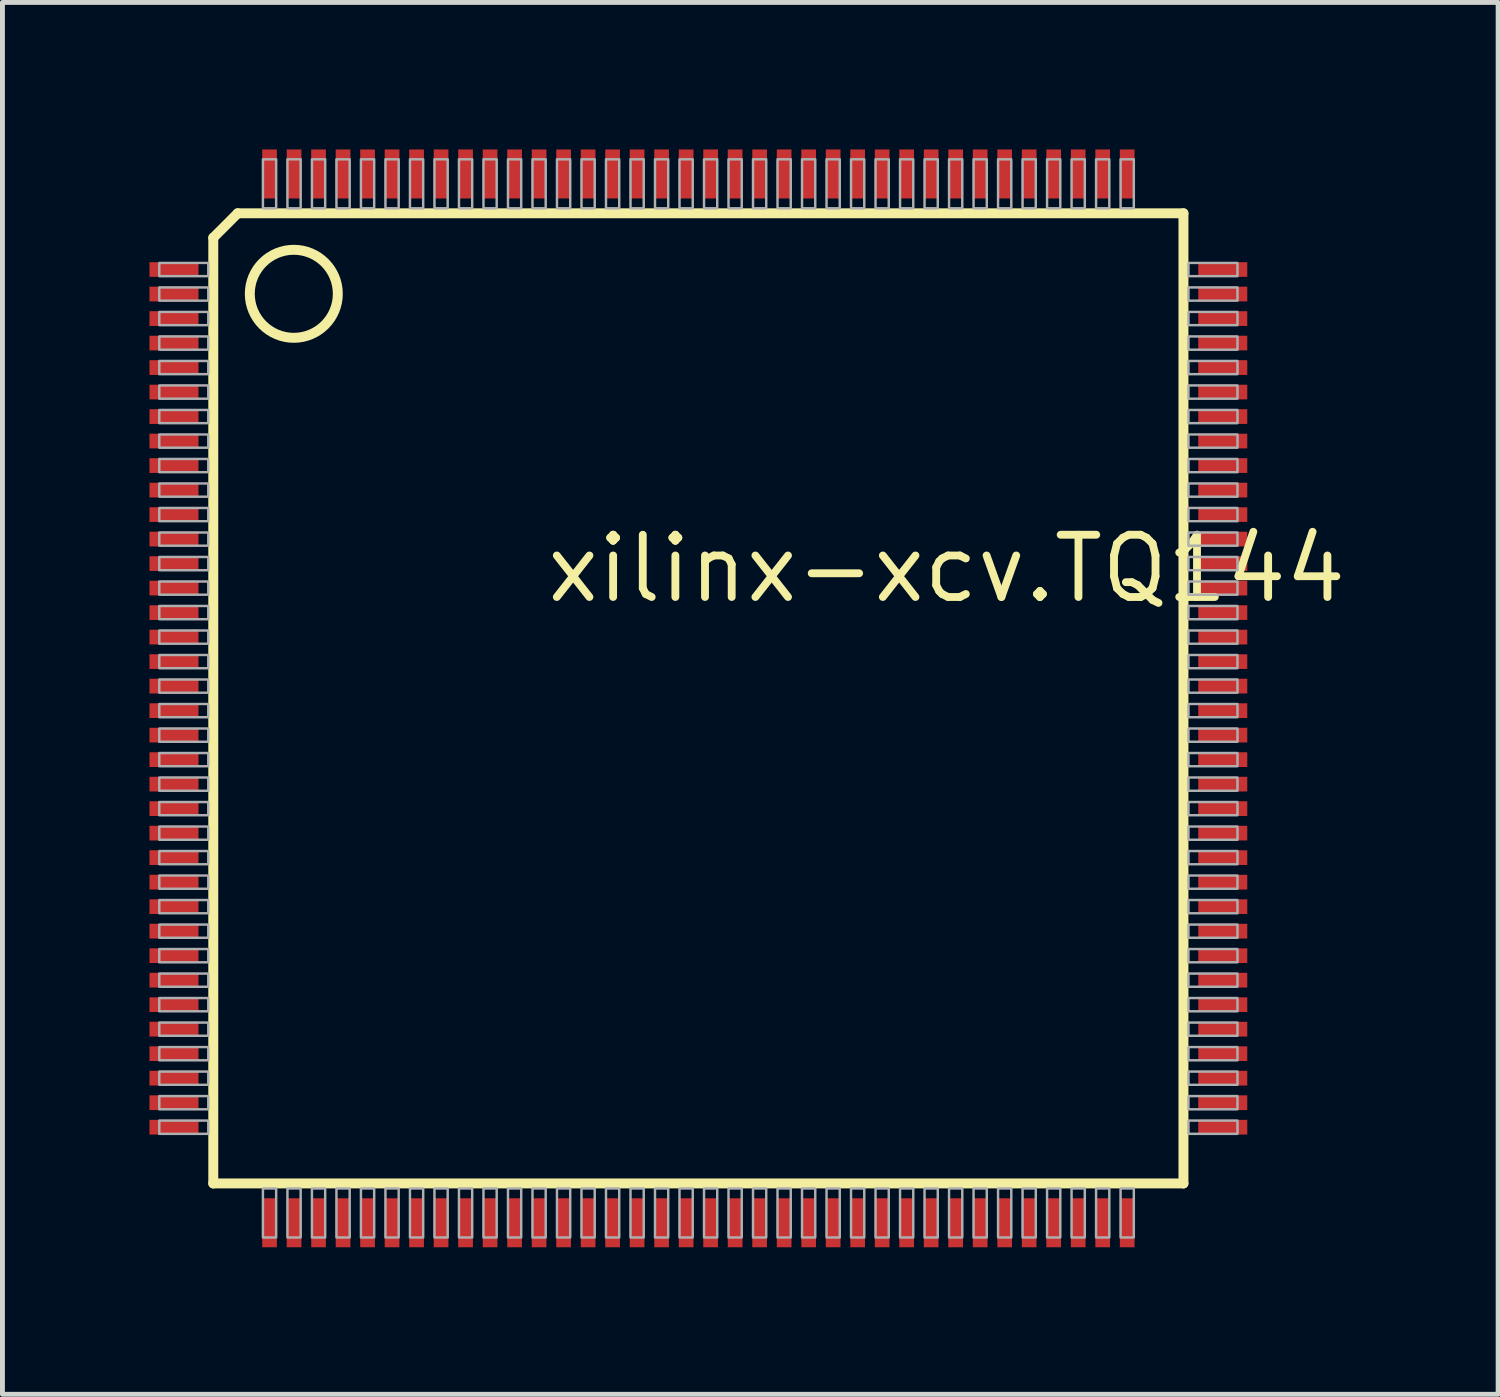
<source format=kicad_pcb>
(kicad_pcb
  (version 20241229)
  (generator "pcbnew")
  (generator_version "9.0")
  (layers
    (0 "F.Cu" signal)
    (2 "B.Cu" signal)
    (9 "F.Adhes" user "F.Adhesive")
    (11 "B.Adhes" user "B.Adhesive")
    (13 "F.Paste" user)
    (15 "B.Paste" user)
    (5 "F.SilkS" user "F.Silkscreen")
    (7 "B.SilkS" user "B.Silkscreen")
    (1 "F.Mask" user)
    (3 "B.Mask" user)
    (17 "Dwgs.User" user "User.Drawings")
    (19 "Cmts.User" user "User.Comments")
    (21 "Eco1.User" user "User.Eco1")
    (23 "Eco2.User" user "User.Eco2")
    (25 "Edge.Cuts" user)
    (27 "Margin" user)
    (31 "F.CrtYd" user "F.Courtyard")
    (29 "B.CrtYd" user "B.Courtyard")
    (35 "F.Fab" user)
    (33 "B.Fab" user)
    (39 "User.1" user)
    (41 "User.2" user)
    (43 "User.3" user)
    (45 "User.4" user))
  (footprint "xilinx-xcv.TQ144"
    (layer "F.Cu")
    (at 11.2 11.2)
    (property "Reference" "xilinx-xcv.TQ144" (at -3.175 -1.905 0) (layer "F.SilkS") (effects (font (size 1.27 1.27) (thickness 0.16)) (justify left bottom)))
    (attr smd)
    (fp_line (start -9.898 -9.4) (end -9.898 9.898) (stroke (width 0.203) (type default)) (layer "F.SilkS"))
    (fp_line (start -9.898 -9.4) (end -9.4 -9.898) (stroke (width 0.203) (type default)) (layer "F.SilkS"))
    (fp_line (start -9.898 9.898) (end 9.898 9.898) (stroke (width 0.203) (type default)) (layer "F.SilkS"))
    (fp_line (start 9.898 -9.898) (end -9.4 -9.898) (stroke (width 0.203) (type default)) (layer "F.SilkS"))
    (fp_line (start 9.898 9.898) (end 9.898 -9.898) (stroke (width 0.203) (type default)) (layer "F.SilkS"))
    (fp_circle (center -8.255 -8.255) (end -7.357 -8.255) (stroke (width 0.203) (type default)) (fill no) (layer "F.SilkS"))
    (fp_rect (start -11 -8.615) (end -10 -8.885) (stroke (width 0.05) (type default)) (fill no) (layer "F.Fab"))
    (fp_rect (start -11 -8.115) (end -10 -8.385) (stroke (width 0.05) (type default)) (fill no) (layer "F.Fab"))
    (fp_rect (start -11 -7.615) (end -10 -7.885) (stroke (width 0.05) (type default)) (fill no) (layer "F.Fab"))
    (fp_rect (start -11 -7.115) (end -10 -7.385) (stroke (width 0.05) (type default)) (fill no) (layer "F.Fab"))
    (fp_rect (start -11 -6.615) (end -10 -6.885) (stroke (width 0.05) (type default)) (fill no) (layer "F.Fab"))
    (fp_rect (start -11 -6.115) (end -10 -6.385) (stroke (width 0.05) (type default)) (fill no) (layer "F.Fab"))
    (fp_rect (start -11 -5.615) (end -10 -5.885) (stroke (width 0.05) (type default)) (fill no) (layer "F.Fab"))
    (fp_rect (start -11 -5.115) (end -10 -5.385) (stroke (width 0.05) (type default)) (fill no) (layer "F.Fab"))
    (fp_rect (start -11 -4.615) (end -10 -4.885) (stroke (width 0.05) (type default)) (fill no) (layer "F.Fab"))
    (fp_rect (start -11 -4.115) (end -10 -4.385) (stroke (width 0.05) (type default)) (fill no) (layer "F.Fab"))
    (fp_rect (start -11 -3.615) (end -10 -3.885) (stroke (width 0.05) (type default)) (fill no) (layer "F.Fab"))
    (fp_rect (start -11 -3.115) (end -10 -3.385) (stroke (width 0.05) (type default)) (fill no) (layer "F.Fab"))
    (fp_rect (start -11 -2.615) (end -10 -2.885) (stroke (width 0.05) (type default)) (fill no) (layer "F.Fab"))
    (fp_rect (start -11 -2.115) (end -10 -2.385) (stroke (width 0.05) (type default)) (fill no) (layer "F.Fab"))
    (fp_rect (start -11 -1.615) (end -10 -1.885) (stroke (width 0.05) (type default)) (fill no) (layer "F.Fab"))
    (fp_rect (start -11 -1.115) (end -10 -1.385) (stroke (width 0.05) (type default)) (fill no) (layer "F.Fab"))
    (fp_rect (start -11 -0.615) (end -10 -0.885) (stroke (width 0.05) (type default)) (fill no) (layer "F.Fab"))
    (fp_rect (start -11 -0.115) (end -10 -0.385) (stroke (width 0.05) (type default)) (fill no) (layer "F.Fab"))
    (fp_rect (start -11 0.385) (end -10 0.115) (stroke (width 0.05) (type default)) (fill no) (layer "F.Fab"))
    (fp_rect (start -11 0.885) (end -10 0.615) (stroke (width 0.05) (type default)) (fill no) (layer "F.Fab"))
    (fp_rect (start -11 1.385) (end -10 1.115) (stroke (width 0.05) (type default)) (fill no) (layer "F.Fab"))
    (fp_rect (start -11 1.885) (end -10 1.615) (stroke (width 0.05) (type default)) (fill no) (layer "F.Fab"))
    (fp_rect (start -11 2.385) (end -10 2.115) (stroke (width 0.05) (type default)) (fill no) (layer "F.Fab"))
    (fp_rect (start -11 2.885) (end -10 2.615) (stroke (width 0.05) (type default)) (fill no) (layer "F.Fab"))
    (fp_rect (start -11 3.385) (end -10 3.115) (stroke (width 0.05) (type default)) (fill no) (layer "F.Fab"))
    (fp_rect (start -11 3.885) (end -10 3.615) (stroke (width 0.05) (type default)) (fill no) (layer "F.Fab"))
    (fp_rect (start -11 4.385) (end -10 4.115) (stroke (width 0.05) (type default)) (fill no) (layer "F.Fab"))
    (fp_rect (start -11 4.885) (end -10 4.615) (stroke (width 0.05) (type default)) (fill no) (layer "F.Fab"))
    (fp_rect (start -11 5.385) (end -10 5.115) (stroke (width 0.05) (type default)) (fill no) (layer "F.Fab"))
    (fp_rect (start -11 5.885) (end -10 5.615) (stroke (width 0.05) (type default)) (fill no) (layer "F.Fab"))
    (fp_rect (start -11 6.385) (end -10 6.115) (stroke (width 0.05) (type default)) (fill no) (layer "F.Fab"))
    (fp_rect (start -11 6.885) (end -10 6.615) (stroke (width 0.05) (type default)) (fill no) (layer "F.Fab"))
    (fp_rect (start -11 7.385) (end -10 7.115) (stroke (width 0.05) (type default)) (fill no) (layer "F.Fab"))
    (fp_rect (start -11 7.885) (end -10 7.615) (stroke (width 0.05) (type default)) (fill no) (layer "F.Fab"))
    (fp_rect (start -11 8.385) (end -10 8.115) (stroke (width 0.05) (type default)) (fill no) (layer "F.Fab"))
    (fp_rect (start -11 8.885) (end -10 8.615) (stroke (width 0.05) (type default)) (fill no) (layer "F.Fab"))
    (fp_rect (start -8.885 -10) (end -8.615 -11) (stroke (width 0.05) (type default)) (fill no) (layer "F.Fab"))
    (fp_rect (start -8.885 11) (end -8.615 10) (stroke (width 0.05) (type default)) (fill no) (layer "F.Fab"))
    (fp_rect (start -8.385 -10) (end -8.115 -11) (stroke (width 0.05) (type default)) (fill no) (layer "F.Fab"))
    (fp_rect (start -8.385 11) (end -8.115 10) (stroke (width 0.05) (type default)) (fill no) (layer "F.Fab"))
    (fp_rect (start -7.885 -10) (end -7.615 -11) (stroke (width 0.05) (type default)) (fill no) (layer "F.Fab"))
    (fp_rect (start -7.885 11) (end -7.615 10) (stroke (width 0.05) (type default)) (fill no) (layer "F.Fab"))
    (fp_rect (start -7.385 -10) (end -7.115 -11) (stroke (width 0.05) (type default)) (fill no) (layer "F.Fab"))
    (fp_rect (start -7.385 11) (end -7.115 10) (stroke (width 0.05) (type default)) (fill no) (layer "F.Fab"))
    (fp_rect (start -6.885 -10) (end -6.615 -11) (stroke (width 0.05) (type default)) (fill no) (layer "F.Fab"))
    (fp_rect (start -6.885 11) (end -6.615 10) (stroke (width 0.05) (type default)) (fill no) (layer "F.Fab"))
    (fp_rect (start -6.385 -10) (end -6.115 -11) (stroke (width 0.05) (type default)) (fill no) (layer "F.Fab"))
    (fp_rect (start -6.385 11) (end -6.115 10) (stroke (width 0.05) (type default)) (fill no) (layer "F.Fab"))
    (fp_rect (start -5.885 -10) (end -5.615 -11) (stroke (width 0.05) (type default)) (fill no) (layer "F.Fab"))
    (fp_rect (start -5.885 11) (end -5.615 10) (stroke (width 0.05) (type default)) (fill no) (layer "F.Fab"))
    (fp_rect (start -5.385 -10) (end -5.115 -11) (stroke (width 0.05) (type default)) (fill no) (layer "F.Fab"))
    (fp_rect (start -5.385 11) (end -5.115 10) (stroke (width 0.05) (type default)) (fill no) (layer "F.Fab"))
    (fp_rect (start -4.885 -10) (end -4.615 -11) (stroke (width 0.05) (type default)) (fill no) (layer "F.Fab"))
    (fp_rect (start -4.885 11) (end -4.615 10) (stroke (width 0.05) (type default)) (fill no) (layer "F.Fab"))
    (fp_rect (start -4.385 -10) (end -4.115 -11) (stroke (width 0.05) (type default)) (fill no) (layer "F.Fab"))
    (fp_rect (start -4.385 11) (end -4.115 10) (stroke (width 0.05) (type default)) (fill no) (layer "F.Fab"))
    (fp_rect (start -3.885 -10) (end -3.615 -11) (stroke (width 0.05) (type default)) (fill no) (layer "F.Fab"))
    (fp_rect (start -3.885 11) (end -3.615 10) (stroke (width 0.05) (type default)) (fill no) (layer "F.Fab"))
    (fp_rect (start -3.385 -10) (end -3.115 -11) (stroke (width 0.05) (type default)) (fill no) (layer "F.Fab"))
    (fp_rect (start -3.385 11) (end -3.115 10) (stroke (width 0.05) (type default)) (fill no) (layer "F.Fab"))
    (fp_rect (start -2.885 -10) (end -2.615 -11) (stroke (width 0.05) (type default)) (fill no) (layer "F.Fab"))
    (fp_rect (start -2.885 11) (end -2.615 10) (stroke (width 0.05) (type default)) (fill no) (layer "F.Fab"))
    (fp_rect (start -2.385 -10) (end -2.115 -11) (stroke (width 0.05) (type default)) (fill no) (layer "F.Fab"))
    (fp_rect (start -2.385 11) (end -2.115 10) (stroke (width 0.05) (type default)) (fill no) (layer "F.Fab"))
    (fp_rect (start -1.885 -10) (end -1.615 -11) (stroke (width 0.05) (type default)) (fill no) (layer "F.Fab"))
    (fp_rect (start -1.885 11) (end -1.615 10) (stroke (width 0.05) (type default)) (fill no) (layer "F.Fab"))
    (fp_rect (start -1.385 -10) (end -1.115 -11) (stroke (width 0.05) (type default)) (fill no) (layer "F.Fab"))
    (fp_rect (start -1.385 11) (end -1.115 10) (stroke (width 0.05) (type default)) (fill no) (layer "F.Fab"))
    (fp_rect (start -0.885 -10) (end -0.615 -11) (stroke (width 0.05) (type default)) (fill no) (layer "F.Fab"))
    (fp_rect (start -0.885 11) (end -0.615 10) (stroke (width 0.05) (type default)) (fill no) (layer "F.Fab"))
    (fp_rect (start -0.385 -10) (end -0.115 -11) (stroke (width 0.05) (type default)) (fill no) (layer "F.Fab"))
    (fp_rect (start -0.385 11) (end -0.115 10) (stroke (width 0.05) (type default)) (fill no) (layer "F.Fab"))
    (fp_rect (start 0.115 -10) (end 0.385 -11) (stroke (width 0.05) (type default)) (fill no) (layer "F.Fab"))
    (fp_rect (start 0.115 11) (end 0.385 10) (stroke (width 0.05) (type default)) (fill no) (layer "F.Fab"))
    (fp_rect (start 0.615 -10) (end 0.885 -11) (stroke (width 0.05) (type default)) (fill no) (layer "F.Fab"))
    (fp_rect (start 0.615 11) (end 0.885 10) (stroke (width 0.05) (type default)) (fill no) (layer "F.Fab"))
    (fp_rect (start 1.115 -10) (end 1.385 -11) (stroke (width 0.05) (type default)) (fill no) (layer "F.Fab"))
    (fp_rect (start 1.115 11) (end 1.385 10) (stroke (width 0.05) (type default)) (fill no) (layer "F.Fab"))
    (fp_rect (start 1.615 -10) (end 1.885 -11) (stroke (width 0.05) (type default)) (fill no) (layer "F.Fab"))
    (fp_rect (start 1.615 11) (end 1.885 10) (stroke (width 0.05) (type default)) (fill no) (layer "F.Fab"))
    (fp_rect (start 2.115 -10) (end 2.385 -11) (stroke (width 0.05) (type default)) (fill no) (layer "F.Fab"))
    (fp_rect (start 2.115 11) (end 2.385 10) (stroke (width 0.05) (type default)) (fill no) (layer "F.Fab"))
    (fp_rect (start 2.615 -10) (end 2.885 -11) (stroke (width 0.05) (type default)) (fill no) (layer "F.Fab"))
    (fp_rect (start 2.615 11) (end 2.885 10) (stroke (width 0.05) (type default)) (fill no) (layer "F.Fab"))
    (fp_rect (start 3.115 -10) (end 3.385 -11) (stroke (width 0.05) (type default)) (fill no) (layer "F.Fab"))
    (fp_rect (start 3.115 11) (end 3.385 10) (stroke (width 0.05) (type default)) (fill no) (layer "F.Fab"))
    (fp_rect (start 3.615 -10) (end 3.885 -11) (stroke (width 0.05) (type default)) (fill no) (layer "F.Fab"))
    (fp_rect (start 3.615 11) (end 3.885 10) (stroke (width 0.05) (type default)) (fill no) (layer "F.Fab"))
    (fp_rect (start 4.115 -10) (end 4.385 -11) (stroke (width 0.05) (type default)) (fill no) (layer "F.Fab"))
    (fp_rect (start 4.115 11) (end 4.385 10) (stroke (width 0.05) (type default)) (fill no) (layer "F.Fab"))
    (fp_rect (start 4.615 -10) (end 4.885 -11) (stroke (width 0.05) (type default)) (fill no) (layer "F.Fab"))
    (fp_rect (start 4.615 11) (end 4.885 10) (stroke (width 0.05) (type default)) (fill no) (layer "F.Fab"))
    (fp_rect (start 5.115 -10) (end 5.385 -11) (stroke (width 0.05) (type default)) (fill no) (layer "F.Fab"))
    (fp_rect (start 5.115 11) (end 5.385 10) (stroke (width 0.05) (type default)) (fill no) (layer "F.Fab"))
    (fp_rect (start 5.615 -10) (end 5.885 -11) (stroke (width 0.05) (type default)) (fill no) (layer "F.Fab"))
    (fp_rect (start 5.615 11) (end 5.885 10) (stroke (width 0.05) (type default)) (fill no) (layer "F.Fab"))
    (fp_rect (start 6.115 -10) (end 6.385 -11) (stroke (width 0.05) (type default)) (fill no) (layer "F.Fab"))
    (fp_rect (start 6.115 11) (end 6.385 10) (stroke (width 0.05) (type default)) (fill no) (layer "F.Fab"))
    (fp_rect (start 6.615 -10) (end 6.885 -11) (stroke (width 0.05) (type default)) (fill no) (layer "F.Fab"))
    (fp_rect (start 6.615 11) (end 6.885 10) (stroke (width 0.05) (type default)) (fill no) (layer "F.Fab"))
    (fp_rect (start 7.115 -10) (end 7.385 -11) (stroke (width 0.05) (type default)) (fill no) (layer "F.Fab"))
    (fp_rect (start 7.115 11) (end 7.385 10) (stroke (width 0.05) (type default)) (fill no) (layer "F.Fab"))
    (fp_rect (start 7.615 -10) (end 7.885 -11) (stroke (width 0.05) (type default)) (fill no) (layer "F.Fab"))
    (fp_rect (start 7.615 11) (end 7.885 10) (stroke (width 0.05) (type default)) (fill no) (layer "F.Fab"))
    (fp_rect (start 8.115 -10) (end 8.385 -11) (stroke (width 0.05) (type default)) (fill no) (layer "F.Fab"))
    (fp_rect (start 8.115 11) (end 8.385 10) (stroke (width 0.05) (type default)) (fill no) (layer "F.Fab"))
    (fp_rect (start 8.615 -10) (end 8.885 -11) (stroke (width 0.05) (type default)) (fill no) (layer "F.Fab"))
    (fp_rect (start 8.615 11) (end 8.885 10) (stroke (width 0.05) (type default)) (fill no) (layer "F.Fab"))
    (fp_rect (start 10 -8.615) (end 11 -8.885) (stroke (width 0.05) (type default)) (fill no) (layer "F.Fab"))
    (fp_rect (start 10 -8.115) (end 11 -8.385) (stroke (width 0.05) (type default)) (fill no) (layer "F.Fab"))
    (fp_rect (start 10 -7.615) (end 11 -7.885) (stroke (width 0.05) (type default)) (fill no) (layer "F.Fab"))
    (fp_rect (start 10 -7.115) (end 11 -7.385) (stroke (width 0.05) (type default)) (fill no) (layer "F.Fab"))
    (fp_rect (start 10 -6.615) (end 11 -6.885) (stroke (width 0.05) (type default)) (fill no) (layer "F.Fab"))
    (fp_rect (start 10 -6.115) (end 11 -6.385) (stroke (width 0.05) (type default)) (fill no) (layer "F.Fab"))
    (fp_rect (start 10 -5.615) (end 11 -5.885) (stroke (width 0.05) (type default)) (fill no) (layer "F.Fab"))
    (fp_rect (start 10 -5.115) (end 11 -5.385) (stroke (width 0.05) (type default)) (fill no) (layer "F.Fab"))
    (fp_rect (start 10 -4.615) (end 11 -4.885) (stroke (width 0.05) (type default)) (fill no) (layer "F.Fab"))
    (fp_rect (start 10 -4.115) (end 11 -4.385) (stroke (width 0.05) (type default)) (fill no) (layer "F.Fab"))
    (fp_rect (start 10 -3.615) (end 11 -3.885) (stroke (width 0.05) (type default)) (fill no) (layer "F.Fab"))
    (fp_rect (start 10 -3.115) (end 11 -3.385) (stroke (width 0.05) (type default)) (fill no) (layer "F.Fab"))
    (fp_rect (start 10 -2.615) (end 11 -2.885) (stroke (width 0.05) (type default)) (fill no) (layer "F.Fab"))
    (fp_rect (start 10 -2.115) (end 11 -2.385) (stroke (width 0.05) (type default)) (fill no) (layer "F.Fab"))
    (fp_rect (start 10 -1.615) (end 11 -1.885) (stroke (width 0.05) (type default)) (fill no) (layer "F.Fab"))
    (fp_rect (start 10 -1.115) (end 11 -1.385) (stroke (width 0.05) (type default)) (fill no) (layer "F.Fab"))
    (fp_rect (start 10 -0.615) (end 11 -0.885) (stroke (width 0.05) (type default)) (fill no) (layer "F.Fab"))
    (fp_rect (start 10 -0.115) (end 11 -0.385) (stroke (width 0.05) (type default)) (fill no) (layer "F.Fab"))
    (fp_rect (start 10 0.385) (end 11 0.115) (stroke (width 0.05) (type default)) (fill no) (layer "F.Fab"))
    (fp_rect (start 10 0.885) (end 11 0.615) (stroke (width 0.05) (type default)) (fill no) (layer "F.Fab"))
    (fp_rect (start 10 1.385) (end 11 1.115) (stroke (width 0.05) (type default)) (fill no) (layer "F.Fab"))
    (fp_rect (start 10 1.885) (end 11 1.615) (stroke (width 0.05) (type default)) (fill no) (layer "F.Fab"))
    (fp_rect (start 10 2.385) (end 11 2.115) (stroke (width 0.05) (type default)) (fill no) (layer "F.Fab"))
    (fp_rect (start 10 2.885) (end 11 2.615) (stroke (width 0.05) (type default)) (fill no) (layer "F.Fab"))
    (fp_rect (start 10 3.385) (end 11 3.115) (stroke (width 0.05) (type default)) (fill no) (layer "F.Fab"))
    (fp_rect (start 10 3.885) (end 11 3.615) (stroke (width 0.05) (type default)) (fill no) (layer "F.Fab"))
    (fp_rect (start 10 4.385) (end 11 4.115) (stroke (width 0.05) (type default)) (fill no) (layer "F.Fab"))
    (fp_rect (start 10 4.885) (end 11 4.615) (stroke (width 0.05) (type default)) (fill no) (layer "F.Fab"))
    (fp_rect (start 10 5.385) (end 11 5.115) (stroke (width 0.05) (type default)) (fill no) (layer "F.Fab"))
    (fp_rect (start 10 5.885) (end 11 5.615) (stroke (width 0.05) (type default)) (fill no) (layer "F.Fab"))
    (fp_rect (start 10 6.385) (end 11 6.115) (stroke (width 0.05) (type default)) (fill no) (layer "F.Fab"))
    (fp_rect (start 10 6.885) (end 11 6.615) (stroke (width 0.05) (type default)) (fill no) (layer "F.Fab"))
    (fp_rect (start 10 7.385) (end 11 7.115) (stroke (width 0.05) (type default)) (fill no) (layer "F.Fab"))
    (fp_rect (start 10 7.885) (end 11 7.615) (stroke (width 0.05) (type default)) (fill no) (layer "F.Fab"))
    (fp_rect (start 10 8.385) (end 11 8.115) (stroke (width 0.05) (type default)) (fill no) (layer "F.Fab"))
    (fp_rect (start 10 8.885) (end 11 8.615) (stroke (width 0.05) (type default)) (fill no) (layer "F.Fab"))
    (pad "1" smd roundrect (at -10.7 -8.75) (size 1 0.3) (layers "F.Cu" "F.Mask" "F.Paste") (roundrect_rratio 0.01))
    (pad "2" smd roundrect (at -10.7 -8.25) (size 1 0.3) (layers "F.Cu" "F.Mask" "F.Paste") (roundrect_rratio 0.01))
    (pad "3" smd roundrect (at -10.7 -7.75) (size 1 0.3) (layers "F.Cu" "F.Mask" "F.Paste") (roundrect_rratio 0.01))
    (pad "4" smd roundrect (at -10.7 -7.25) (size 1 0.3) (layers "F.Cu" "F.Mask" "F.Paste") (roundrect_rratio 0.01))
    (pad "5" smd roundrect (at -10.7 -6.75) (size 1 0.3) (layers "F.Cu" "F.Mask" "F.Paste") (roundrect_rratio 0.01))
    (pad "6" smd roundrect (at -10.7 -6.25) (size 1 0.3) (layers "F.Cu" "F.Mask" "F.Paste") (roundrect_rratio 0.01))
    (pad "7" smd roundrect (at -10.7 -5.75) (size 1 0.3) (layers "F.Cu" "F.Mask" "F.Paste") (roundrect_rratio 0.01))
    (pad "8" smd roundrect (at -10.7 -5.25) (size 1 0.3) (layers "F.Cu" "F.Mask" "F.Paste") (roundrect_rratio 0.01))
    (pad "9" smd roundrect (at -10.7 -4.75) (size 1 0.3) (layers "F.Cu" "F.Mask" "F.Paste") (roundrect_rratio 0.01))
    (pad "10" smd roundrect (at -10.7 -4.25) (size 1 0.3) (layers "F.Cu" "F.Mask" "F.Paste") (roundrect_rratio 0.01))
    (pad "11" smd roundrect (at -10.7 -3.75) (size 1 0.3) (layers "F.Cu" "F.Mask" "F.Paste") (roundrect_rratio 0.01))
    (pad "12" smd roundrect (at -10.7 -3.25) (size 1 0.3) (layers "F.Cu" "F.Mask" "F.Paste") (roundrect_rratio 0.01))
    (pad "13" smd roundrect (at -10.7 -2.75) (size 1 0.3) (layers "F.Cu" "F.Mask" "F.Paste") (roundrect_rratio 0.01))
    (pad "14" smd roundrect (at -10.7 -2.25) (size 1 0.3) (layers "F.Cu" "F.Mask" "F.Paste") (roundrect_rratio 0.01))
    (pad "15" smd roundrect (at -10.7 -1.75) (size 1 0.3) (layers "F.Cu" "F.Mask" "F.Paste") (roundrect_rratio 0.01))
    (pad "16" smd roundrect (at -10.7 -1.25) (size 1 0.3) (layers "F.Cu" "F.Mask" "F.Paste") (roundrect_rratio 0.01))
    (pad "17" smd roundrect (at -10.7 -0.75) (size 1 0.3) (layers "F.Cu" "F.Mask" "F.Paste") (roundrect_rratio 0.01))
    (pad "18" smd roundrect (at -10.7 -0.25) (size 1 0.3) (layers "F.Cu" "F.Mask" "F.Paste") (roundrect_rratio 0.01))
    (pad "19" smd roundrect (at -10.7 0.25) (size 1 0.3) (layers "F.Cu" "F.Mask" "F.Paste") (roundrect_rratio 0.01))
    (pad "20" smd roundrect (at -10.7 0.75) (size 1 0.3) (layers "F.Cu" "F.Mask" "F.Paste") (roundrect_rratio 0.01))
    (pad "21" smd roundrect (at -10.7 1.25) (size 1 0.3) (layers "F.Cu" "F.Mask" "F.Paste") (roundrect_rratio 0.01))
    (pad "22" smd roundrect (at -10.7 1.75) (size 1 0.3) (layers "F.Cu" "F.Mask" "F.Paste") (roundrect_rratio 0.01))
    (pad "23" smd roundrect (at -10.7 2.25) (size 1 0.3) (layers "F.Cu" "F.Mask" "F.Paste") (roundrect_rratio 0.01))
    (pad "24" smd roundrect (at -10.7 2.75) (size 1 0.3) (layers "F.Cu" "F.Mask" "F.Paste") (roundrect_rratio 0.01))
    (pad "25" smd roundrect (at -10.7 3.25) (size 1 0.3) (layers "F.Cu" "F.Mask" "F.Paste") (roundrect_rratio 0.01))
    (pad "26" smd roundrect (at -10.7 3.75) (size 1 0.3) (layers "F.Cu" "F.Mask" "F.Paste") (roundrect_rratio 0.01))
    (pad "27" smd roundrect (at -10.7 4.25) (size 1 0.3) (layers "F.Cu" "F.Mask" "F.Paste") (roundrect_rratio 0.01))
    (pad "28" smd roundrect (at -10.7 4.75) (size 1 0.3) (layers "F.Cu" "F.Mask" "F.Paste") (roundrect_rratio 0.01))
    (pad "29" smd roundrect (at -10.7 5.25) (size 1 0.3) (layers "F.Cu" "F.Mask" "F.Paste") (roundrect_rratio 0.01))
    (pad "30" smd roundrect (at -10.7 5.75) (size 1 0.3) (layers "F.Cu" "F.Mask" "F.Paste") (roundrect_rratio 0.01))
    (pad "31" smd roundrect (at -10.7 6.25) (size 1 0.3) (layers "F.Cu" "F.Mask" "F.Paste") (roundrect_rratio 0.01))
    (pad "32" smd roundrect (at -10.7 6.75) (size 1 0.3) (layers "F.Cu" "F.Mask" "F.Paste") (roundrect_rratio 0.01))
    (pad "33" smd roundrect (at -10.7 7.25) (size 1 0.3) (layers "F.Cu" "F.Mask" "F.Paste") (roundrect_rratio 0.01))
    (pad "34" smd roundrect (at -10.7 7.75) (size 1 0.3) (layers "F.Cu" "F.Mask" "F.Paste") (roundrect_rratio 0.01))
    (pad "35" smd roundrect (at -10.7 8.25) (size 1 0.3) (layers "F.Cu" "F.Mask" "F.Paste") (roundrect_rratio 0.01))
    (pad "36" smd roundrect (at -10.7 8.75) (size 1 0.3) (layers "F.Cu" "F.Mask" "F.Paste") (roundrect_rratio 0.01))
    (pad "37" smd roundrect (at -8.75 10.7) (size 0.3 1) (layers "F.Cu" "F.Mask" "F.Paste") (roundrect_rratio 0.01))
    (pad "38" smd roundrect (at -8.25 10.7) (size 0.3 1) (layers "F.Cu" "F.Mask" "F.Paste") (roundrect_rratio 0.01))
    (pad "39" smd roundrect (at -7.75 10.7) (size 0.3 1) (layers "F.Cu" "F.Mask" "F.Paste") (roundrect_rratio 0.01))
    (pad "40" smd roundrect (at -7.25 10.7) (size 0.3 1) (layers "F.Cu" "F.Mask" "F.Paste") (roundrect_rratio 0.01))
    (pad "41" smd roundrect (at -6.75 10.7) (size 0.3 1) (layers "F.Cu" "F.Mask" "F.Paste") (roundrect_rratio 0.01))
    (pad "42" smd roundrect (at -6.25 10.7) (size 0.3 1) (layers "F.Cu" "F.Mask" "F.Paste") (roundrect_rratio 0.01))
    (pad "43" smd roundrect (at -5.75 10.7) (size 0.3 1) (layers "F.Cu" "F.Mask" "F.Paste") (roundrect_rratio 0.01))
    (pad "44" smd roundrect (at -5.25 10.7) (size 0.3 1) (layers "F.Cu" "F.Mask" "F.Paste") (roundrect_rratio 0.01))
    (pad "45" smd roundrect (at -4.75 10.7) (size 0.3 1) (layers "F.Cu" "F.Mask" "F.Paste") (roundrect_rratio 0.01))
    (pad "46" smd roundrect (at -4.25 10.7) (size 0.3 1) (layers "F.Cu" "F.Mask" "F.Paste") (roundrect_rratio 0.01))
    (pad "47" smd roundrect (at -3.75 10.7) (size 0.3 1) (layers "F.Cu" "F.Mask" "F.Paste") (roundrect_rratio 0.01))
    (pad "48" smd roundrect (at -3.25 10.7) (size 0.3 1) (layers "F.Cu" "F.Mask" "F.Paste") (roundrect_rratio 0.01))
    (pad "49" smd roundrect (at -2.75 10.7) (size 0.3 1) (layers "F.Cu" "F.Mask" "F.Paste") (roundrect_rratio 0.01))
    (pad "50" smd roundrect (at -2.25 10.7) (size 0.3 1) (layers "F.Cu" "F.Mask" "F.Paste") (roundrect_rratio 0.01))
    (pad "51" smd roundrect (at -1.75 10.7) (size 0.3 1) (layers "F.Cu" "F.Mask" "F.Paste") (roundrect_rratio 0.01))
    (pad "52" smd roundrect (at -1.25 10.7) (size 0.3 1) (layers "F.Cu" "F.Mask" "F.Paste") (roundrect_rratio 0.01))
    (pad "53" smd roundrect (at -0.75 10.7) (size 0.3 1) (layers "F.Cu" "F.Mask" "F.Paste") (roundrect_rratio 0.01))
    (pad "54" smd roundrect (at -0.25 10.7) (size 0.3 1) (layers "F.Cu" "F.Mask" "F.Paste") (roundrect_rratio 0.01))
    (pad "55" smd roundrect (at 0.25 10.7) (size 0.3 1) (layers "F.Cu" "F.Mask" "F.Paste") (roundrect_rratio 0.01))
    (pad "56" smd roundrect (at 0.75 10.7) (size 0.3 1) (layers "F.Cu" "F.Mask" "F.Paste") (roundrect_rratio 0.01))
    (pad "57" smd roundrect (at 1.25 10.7) (size 0.3 1) (layers "F.Cu" "F.Mask" "F.Paste") (roundrect_rratio 0.01))
    (pad "58" smd roundrect (at 1.75 10.7) (size 0.3 1) (layers "F.Cu" "F.Mask" "F.Paste") (roundrect_rratio 0.01))
    (pad "59" smd roundrect (at 2.25 10.7) (size 0.3 1) (layers "F.Cu" "F.Mask" "F.Paste") (roundrect_rratio 0.01))
    (pad "60" smd roundrect (at 2.75 10.7) (size 0.3 1) (layers "F.Cu" "F.Mask" "F.Paste") (roundrect_rratio 0.01))
    (pad "61" smd roundrect (at 3.25 10.7) (size 0.3 1) (layers "F.Cu" "F.Mask" "F.Paste") (roundrect_rratio 0.01))
    (pad "62" smd roundrect (at 3.75 10.7) (size 0.3 1) (layers "F.Cu" "F.Mask" "F.Paste") (roundrect_rratio 0.01))
    (pad "63" smd roundrect (at 4.25 10.7) (size 0.3 1) (layers "F.Cu" "F.Mask" "F.Paste") (roundrect_rratio 0.01))
    (pad "64" smd roundrect (at 4.75 10.7) (size 0.3 1) (layers "F.Cu" "F.Mask" "F.Paste") (roundrect_rratio 0.01))
    (pad "65" smd roundrect (at 5.25 10.7) (size 0.3 1) (layers "F.Cu" "F.Mask" "F.Paste") (roundrect_rratio 0.01))
    (pad "66" smd roundrect (at 5.75 10.7) (size 0.3 1) (layers "F.Cu" "F.Mask" "F.Paste") (roundrect_rratio 0.01))
    (pad "67" smd roundrect (at 6.25 10.7) (size 0.3 1) (layers "F.Cu" "F.Mask" "F.Paste") (roundrect_rratio 0.01))
    (pad "68" smd roundrect (at 6.75 10.7) (size 0.3 1) (layers "F.Cu" "F.Mask" "F.Paste") (roundrect_rratio 0.01))
    (pad "69" smd roundrect (at 7.25 10.7) (size 0.3 1) (layers "F.Cu" "F.Mask" "F.Paste") (roundrect_rratio 0.01))
    (pad "70" smd roundrect (at 7.75 10.7) (size 0.3 1) (layers "F.Cu" "F.Mask" "F.Paste") (roundrect_rratio 0.01))
    (pad "71" smd roundrect (at 8.25 10.7) (size 0.3 1) (layers "F.Cu" "F.Mask" "F.Paste") (roundrect_rratio 0.01))
    (pad "72" smd roundrect (at 8.75 10.7) (size 0.3 1) (layers "F.Cu" "F.Mask" "F.Paste") (roundrect_rratio 0.01))
    (pad "73" smd roundrect (at 10.7 8.75) (size 1 0.3) (layers "F.Cu" "F.Mask" "F.Paste") (roundrect_rratio 0.01))
    (pad "74" smd roundrect (at 10.7 8.25) (size 1 0.3) (layers "F.Cu" "F.Mask" "F.Paste") (roundrect_rratio 0.01))
    (pad "75" smd roundrect (at 10.7 7.75) (size 1 0.3) (layers "F.Cu" "F.Mask" "F.Paste") (roundrect_rratio 0.01))
    (pad "76" smd roundrect (at 10.7 7.25) (size 1 0.3) (layers "F.Cu" "F.Mask" "F.Paste") (roundrect_rratio 0.01))
    (pad "77" smd roundrect (at 10.7 6.75) (size 1 0.3) (layers "F.Cu" "F.Mask" "F.Paste") (roundrect_rratio 0.01))
    (pad "78" smd roundrect (at 10.7 6.25) (size 1 0.3) (layers "F.Cu" "F.Mask" "F.Paste") (roundrect_rratio 0.01))
    (pad "79" smd roundrect (at 10.7 5.75) (size 1 0.3) (layers "F.Cu" "F.Mask" "F.Paste") (roundrect_rratio 0.01))
    (pad "80" smd roundrect (at 10.7 5.25) (size 1 0.3) (layers "F.Cu" "F.Mask" "F.Paste") (roundrect_rratio 0.01))
    (pad "81" smd roundrect (at 10.7 4.75) (size 1 0.3) (layers "F.Cu" "F.Mask" "F.Paste") (roundrect_rratio 0.01))
    (pad "82" smd roundrect (at 10.7 4.25) (size 1 0.3) (layers "F.Cu" "F.Mask" "F.Paste") (roundrect_rratio 0.01))
    (pad "83" smd roundrect (at 10.7 3.75) (size 1 0.3) (layers "F.Cu" "F.Mask" "F.Paste") (roundrect_rratio 0.01))
    (pad "84" smd roundrect (at 10.7 3.25) (size 1 0.3) (layers "F.Cu" "F.Mask" "F.Paste") (roundrect_rratio 0.01))
    (pad "85" smd roundrect (at 10.7 2.75) (size 1 0.3) (layers "F.Cu" "F.Mask" "F.Paste") (roundrect_rratio 0.01))
    (pad "86" smd roundrect (at 10.7 2.25) (size 1 0.3) (layers "F.Cu" "F.Mask" "F.Paste") (roundrect_rratio 0.01))
    (pad "87" smd roundrect (at 10.7 1.75) (size 1 0.3) (layers "F.Cu" "F.Mask" "F.Paste") (roundrect_rratio 0.01))
    (pad "88" smd roundrect (at 10.7 1.25) (size 1 0.3) (layers "F.Cu" "F.Mask" "F.Paste") (roundrect_rratio 0.01))
    (pad "89" smd roundrect (at 10.7 0.75) (size 1 0.3) (layers "F.Cu" "F.Mask" "F.Paste") (roundrect_rratio 0.01))
    (pad "90" smd roundrect (at 10.7 0.25) (size 1 0.3) (layers "F.Cu" "F.Mask" "F.Paste") (roundrect_rratio 0.01))
    (pad "91" smd roundrect (at 10.7 -0.25) (size 1 0.3) (layers "F.Cu" "F.Mask" "F.Paste") (roundrect_rratio 0.01))
    (pad "92" smd roundrect (at 10.7 -0.75) (size 1 0.3) (layers "F.Cu" "F.Mask" "F.Paste") (roundrect_rratio 0.01))
    (pad "93" smd roundrect (at 10.7 -1.25) (size 1 0.3) (layers "F.Cu" "F.Mask" "F.Paste") (roundrect_rratio 0.01))
    (pad "94" smd roundrect (at 10.7 -1.75) (size 1 0.3) (layers "F.Cu" "F.Mask" "F.Paste") (roundrect_rratio 0.01))
    (pad "95" smd roundrect (at 10.7 -2.25) (size 1 0.3) (layers "F.Cu" "F.Mask" "F.Paste") (roundrect_rratio 0.01))
    (pad "96" smd roundrect (at 10.7 -2.75) (size 1 0.3) (layers "F.Cu" "F.Mask" "F.Paste") (roundrect_rratio 0.01))
    (pad "97" smd roundrect (at 10.7 -3.25) (size 1 0.3) (layers "F.Cu" "F.Mask" "F.Paste") (roundrect_rratio 0.01))
    (pad "98" smd roundrect (at 10.7 -3.75) (size 1 0.3) (layers "F.Cu" "F.Mask" "F.Paste") (roundrect_rratio 0.01))
    (pad "99" smd roundrect (at 10.7 -4.25) (size 1 0.3) (layers "F.Cu" "F.Mask" "F.Paste") (roundrect_rratio 0.01))
    (pad "100" smd roundrect (at 10.7 -4.75) (size 1 0.3) (layers "F.Cu" "F.Mask" "F.Paste") (roundrect_rratio 0.01))
    (pad "101" smd roundrect (at 10.7 -5.25) (size 1 0.3) (layers "F.Cu" "F.Mask" "F.Paste") (roundrect_rratio 0.01))
    (pad "102" smd roundrect (at 10.7 -5.75) (size 1 0.3) (layers "F.Cu" "F.Mask" "F.Paste") (roundrect_rratio 0.01))
    (pad "103" smd roundrect (at 10.7 -6.25) (size 1 0.3) (layers "F.Cu" "F.Mask" "F.Paste") (roundrect_rratio 0.01))
    (pad "104" smd roundrect (at 10.7 -6.75) (size 1 0.3) (layers "F.Cu" "F.Mask" "F.Paste") (roundrect_rratio 0.01))
    (pad "105" smd roundrect (at 10.7 -7.25) (size 1 0.3) (layers "F.Cu" "F.Mask" "F.Paste") (roundrect_rratio 0.01))
    (pad "106" smd roundrect (at 10.7 -7.75) (size 1 0.3) (layers "F.Cu" "F.Mask" "F.Paste") (roundrect_rratio 0.01))
    (pad "107" smd roundrect (at 10.7 -8.25) (size 1 0.3) (layers "F.Cu" "F.Mask" "F.Paste") (roundrect_rratio 0.01))
    (pad "108" smd roundrect (at 10.7 -8.75) (size 1 0.3) (layers "F.Cu" "F.Mask" "F.Paste") (roundrect_rratio 0.01))
    (pad "109" smd roundrect (at 8.75 -10.7) (size 0.3 1) (layers "F.Cu" "F.Mask" "F.Paste") (roundrect_rratio 0.01))
    (pad "110" smd roundrect (at 8.25 -10.7) (size 0.3 1) (layers "F.Cu" "F.Mask" "F.Paste") (roundrect_rratio 0.01))
    (pad "111" smd roundrect (at 7.75 -10.7) (size 0.3 1) (layers "F.Cu" "F.Mask" "F.Paste") (roundrect_rratio 0.01))
    (pad "112" smd roundrect (at 7.25 -10.7) (size 0.3 1) (layers "F.Cu" "F.Mask" "F.Paste") (roundrect_rratio 0.01))
    (pad "113" smd roundrect (at 6.75 -10.7) (size 0.3 1) (layers "F.Cu" "F.Mask" "F.Paste") (roundrect_rratio 0.01))
    (pad "114" smd roundrect (at 6.25 -10.7) (size 0.3 1) (layers "F.Cu" "F.Mask" "F.Paste") (roundrect_rratio 0.01))
    (pad "115" smd roundrect (at 5.75 -10.7) (size 0.3 1) (layers "F.Cu" "F.Mask" "F.Paste") (roundrect_rratio 0.01))
    (pad "116" smd roundrect (at 5.25 -10.7) (size 0.3 1) (layers "F.Cu" "F.Mask" "F.Paste") (roundrect_rratio 0.01))
    (pad "117" smd roundrect (at 4.75 -10.7) (size 0.3 1) (layers "F.Cu" "F.Mask" "F.Paste") (roundrect_rratio 0.01))
    (pad "118" smd roundrect (at 4.25 -10.7) (size 0.3 1) (layers "F.Cu" "F.Mask" "F.Paste") (roundrect_rratio 0.01))
    (pad "119" smd roundrect (at 3.75 -10.7) (size 0.3 1) (layers "F.Cu" "F.Mask" "F.Paste") (roundrect_rratio 0.01))
    (pad "120" smd roundrect (at 3.25 -10.7) (size 0.3 1) (layers "F.Cu" "F.Mask" "F.Paste") (roundrect_rratio 0.01))
    (pad "121" smd roundrect (at 2.75 -10.7) (size 0.3 1) (layers "F.Cu" "F.Mask" "F.Paste") (roundrect_rratio 0.01))
    (pad "122" smd roundrect (at 2.25 -10.7) (size 0.3 1) (layers "F.Cu" "F.Mask" "F.Paste") (roundrect_rratio 0.01))
    (pad "123" smd roundrect (at 1.75 -10.7) (size 0.3 1) (layers "F.Cu" "F.Mask" "F.Paste") (roundrect_rratio 0.01))
    (pad "124" smd roundrect (at 1.25 -10.7) (size 0.3 1) (layers "F.Cu" "F.Mask" "F.Paste") (roundrect_rratio 0.01))
    (pad "125" smd roundrect (at 0.75 -10.7) (size 0.3 1) (layers "F.Cu" "F.Mask" "F.Paste") (roundrect_rratio 0.01))
    (pad "126" smd roundrect (at 0.25 -10.7) (size 0.3 1) (layers "F.Cu" "F.Mask" "F.Paste") (roundrect_rratio 0.01))
    (pad "127" smd roundrect (at -0.25 -10.7) (size 0.3 1) (layers "F.Cu" "F.Mask" "F.Paste") (roundrect_rratio 0.01))
    (pad "128" smd roundrect (at -0.75 -10.7) (size 0.3 1) (layers "F.Cu" "F.Mask" "F.Paste") (roundrect_rratio 0.01))
    (pad "129" smd roundrect (at -1.25 -10.7) (size 0.3 1) (layers "F.Cu" "F.Mask" "F.Paste") (roundrect_rratio 0.01))
    (pad "130" smd roundrect (at -1.75 -10.7) (size 0.3 1) (layers "F.Cu" "F.Mask" "F.Paste") (roundrect_rratio 0.01))
    (pad "131" smd roundrect (at -2.25 -10.7) (size 0.3 1) (layers "F.Cu" "F.Mask" "F.Paste") (roundrect_rratio 0.01))
    (pad "132" smd roundrect (at -2.75 -10.7) (size 0.3 1) (layers "F.Cu" "F.Mask" "F.Paste") (roundrect_rratio 0.01))
    (pad "133" smd roundrect (at -3.25 -10.7) (size 0.3 1) (layers "F.Cu" "F.Mask" "F.Paste") (roundrect_rratio 0.01))
    (pad "134" smd roundrect (at -3.75 -10.7) (size 0.3 1) (layers "F.Cu" "F.Mask" "F.Paste") (roundrect_rratio 0.01))
    (pad "135" smd roundrect (at -4.25 -10.7) (size 0.3 1) (layers "F.Cu" "F.Mask" "F.Paste") (roundrect_rratio 0.01))
    (pad "136" smd roundrect (at -4.75 -10.7) (size 0.3 1) (layers "F.Cu" "F.Mask" "F.Paste") (roundrect_rratio 0.01))
    (pad "137" smd roundrect (at -5.25 -10.7) (size 0.3 1) (layers "F.Cu" "F.Mask" "F.Paste") (roundrect_rratio 0.01))
    (pad "138" smd roundrect (at -5.75 -10.7) (size 0.3 1) (layers "F.Cu" "F.Mask" "F.Paste") (roundrect_rratio 0.01))
    (pad "139" smd roundrect (at -6.25 -10.7) (size 0.3 1) (layers "F.Cu" "F.Mask" "F.Paste") (roundrect_rratio 0.01))
    (pad "140" smd roundrect (at -6.75 -10.7) (size 0.3 1) (layers "F.Cu" "F.Mask" "F.Paste") (roundrect_rratio 0.01))
    (pad "141" smd roundrect (at -7.25 -10.7) (size 0.3 1) (layers "F.Cu" "F.Mask" "F.Paste") (roundrect_rratio 0.01))
    (pad "142" smd roundrect (at -7.75 -10.7) (size 0.3 1) (layers "F.Cu" "F.Mask" "F.Paste") (roundrect_rratio 0.01))
    (pad "143" smd roundrect (at -8.25 -10.7) (size 0.3 1) (layers "F.Cu" "F.Mask" "F.Paste") (roundrect_rratio 0.01))
    (pad "144" smd roundrect (at -8.75 -10.7) (size 0.3 1) (layers "F.Cu" "F.Mask" "F.Paste") (roundrect_rratio 0.01)))
  (gr_rect
    (start -3 -3)
    (end 27.519 25.4)
    (stroke (width 0.1) (type default))
    (fill no)
    (layer "Edge.Cuts")))
</source>
